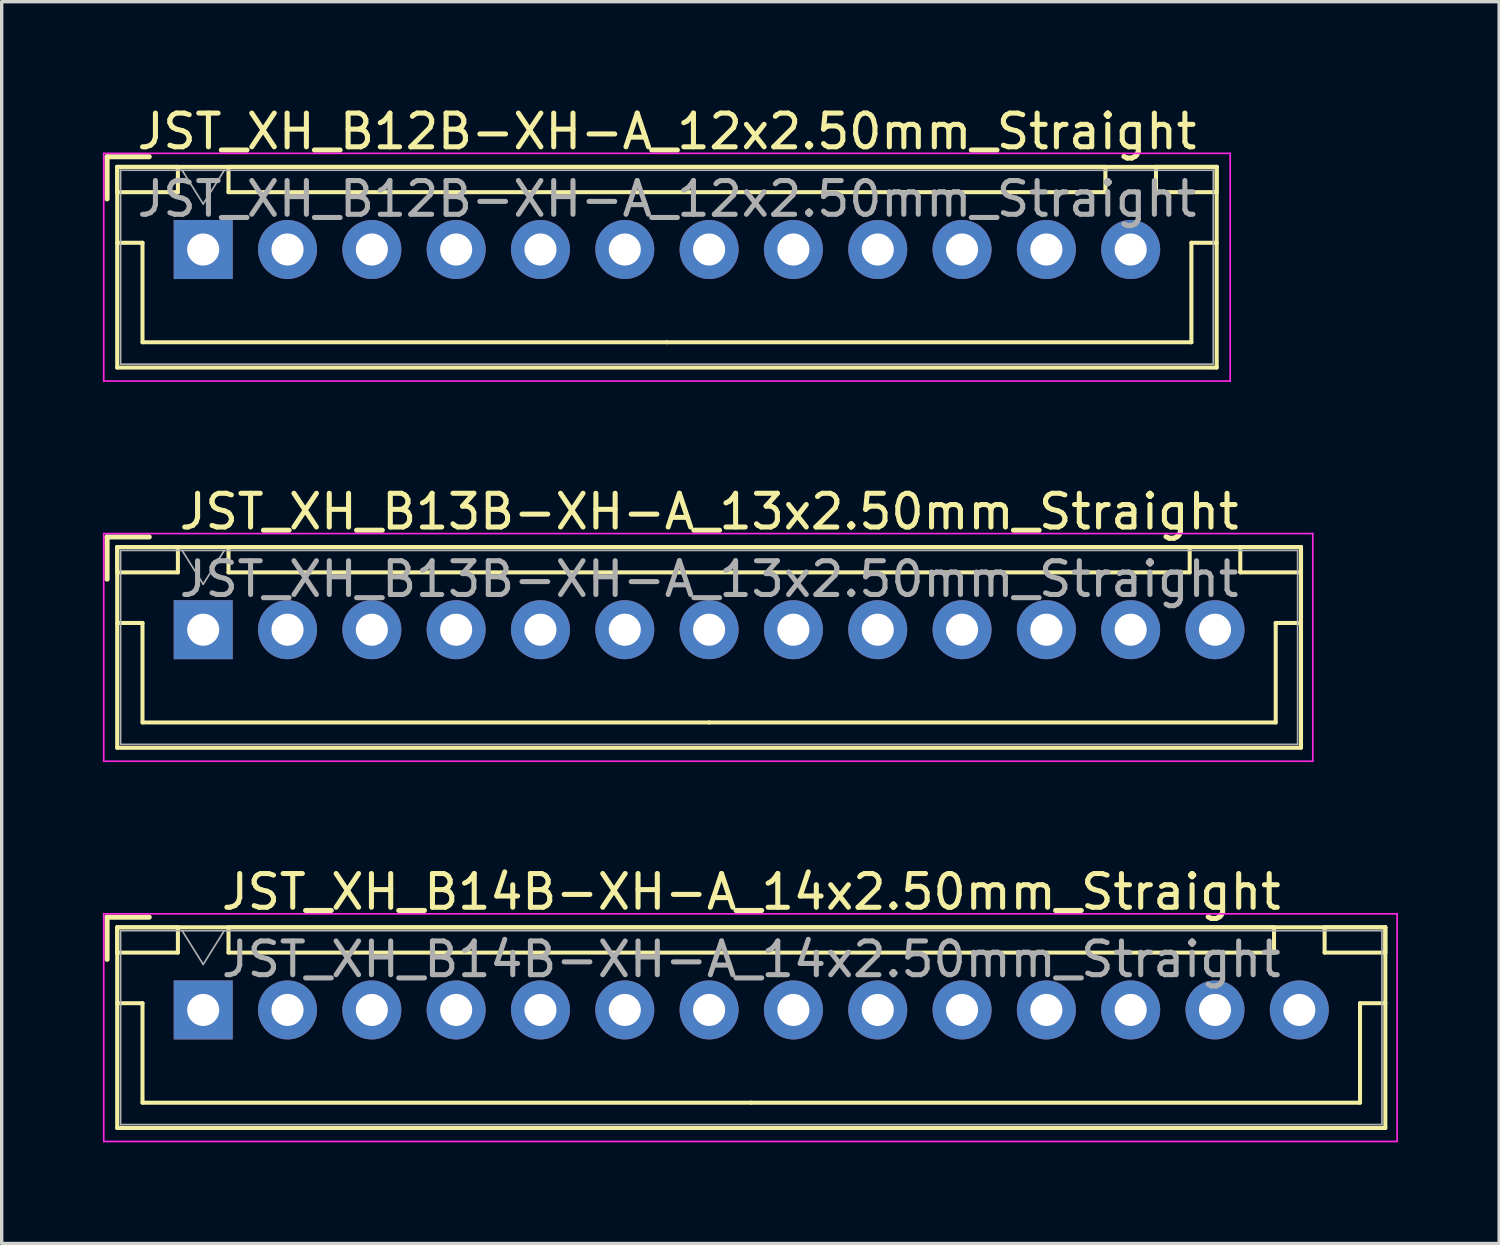
<source format=kicad_pcb>
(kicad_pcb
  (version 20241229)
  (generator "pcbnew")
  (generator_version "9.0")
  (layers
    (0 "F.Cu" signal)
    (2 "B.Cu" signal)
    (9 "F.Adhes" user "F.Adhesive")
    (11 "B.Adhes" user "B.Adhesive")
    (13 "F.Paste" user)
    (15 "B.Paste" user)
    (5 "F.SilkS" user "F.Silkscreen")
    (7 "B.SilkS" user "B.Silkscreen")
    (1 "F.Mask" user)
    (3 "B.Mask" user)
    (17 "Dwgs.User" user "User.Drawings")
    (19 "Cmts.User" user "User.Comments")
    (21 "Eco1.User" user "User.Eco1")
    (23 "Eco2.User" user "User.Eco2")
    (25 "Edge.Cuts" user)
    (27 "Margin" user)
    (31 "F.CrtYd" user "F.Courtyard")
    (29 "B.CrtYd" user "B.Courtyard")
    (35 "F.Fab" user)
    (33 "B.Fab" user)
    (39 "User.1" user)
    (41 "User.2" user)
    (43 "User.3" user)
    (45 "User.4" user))
  (footprint "JST_XH_B12B-XH-A_12x2.50mm_Straight"
    (layer "F.Cu")
    (at 2.975 4.348)
    (property "Reference" "JST_XH_B12B-XH-A_12x2.50mm_Straight" (at 13.75 -1.5 0) (layer "F.Fab") (effects (font (size 1 1) (thickness 0.15))))
    (attr through_hole)
    (fp_line (start -2.85 -2.75) (end -2.85 -1.5) (stroke (width 0.15) (type solid)) (layer "F.SilkS"))
    (fp_line (start -2.55 -2.45) (end -2.55 -1.7) (stroke (width 0.12) (type solid)) (layer "F.SilkS"))
    (fp_line (start -2.55 -2.45) (end -2.55 3.5) (stroke (width 0.12) (type solid)) (layer "F.SilkS"))
    (fp_line (start -2.55 -1.7) (end -0.75 -1.7) (stroke (width 0.12) (type solid)) (layer "F.SilkS"))
    (fp_line (start -2.55 -0.2) (end -1.8 -0.2) (stroke (width 0.12) (type solid)) (layer "F.SilkS"))
    (fp_line (start -2.55 3.5) (end 30.05 3.5) (stroke (width 0.12) (type solid)) (layer "F.SilkS"))
    (fp_line (start -1.8 -0.2) (end -1.8 2.75) (stroke (width 0.12) (type solid)) (layer "F.SilkS"))
    (fp_line (start -1.8 2.75) (end 13.75 2.75) (stroke (width 0.12) (type solid)) (layer "F.SilkS"))
    (fp_line (start -1.6 -2.75) (end -2.85 -2.75) (stroke (width 0.15) (type solid)) (layer "F.SilkS"))
    (fp_line (start -0.75 -2.45) (end -2.55 -2.45) (stroke (width 0.12) (type solid)) (layer "F.SilkS"))
    (fp_line (start -0.75 -1.7) (end -0.75 -2.45) (stroke (width 0.12) (type solid)) (layer "F.SilkS"))
    (fp_line (start 0.75 -2.45) (end 0.75 -1.7) (stroke (width 0.12) (type solid)) (layer "F.SilkS"))
    (fp_line (start 0.75 -1.7) (end 26.75 -1.7) (stroke (width 0.12) (type solid)) (layer "F.SilkS"))
    (fp_line (start 26.75 -2.45) (end 0.75 -2.45) (stroke (width 0.12) (type solid)) (layer "F.SilkS"))
    (fp_line (start 26.75 -1.7) (end 26.75 -2.45) (stroke (width 0.12) (type solid)) (layer "F.SilkS"))
    (fp_line (start 28.25 -2.45) (end 28.25 -1.7) (stroke (width 0.12) (type solid)) (layer "F.SilkS"))
    (fp_line (start 28.25 -1.7) (end 30.05 -1.7) (stroke (width 0.12) (type solid)) (layer "F.SilkS"))
    (fp_line (start 29.3 -0.2) (end 29.3 2.75) (stroke (width 0.12) (type solid)) (layer "F.SilkS"))
    (fp_line (start 29.3 2.75) (end 13.75 2.75) (stroke (width 0.12) (type solid)) (layer "F.SilkS"))
    (fp_line (start 30.05 -2.45) (end -2.55 -2.45) (stroke (width 0.12) (type solid)) (layer "F.SilkS"))
    (fp_line (start 30.05 -2.45) (end 28.25 -2.45) (stroke (width 0.12) (type solid)) (layer "F.SilkS"))
    (fp_line (start 30.05 -1.7) (end 30.05 -2.45) (stroke (width 0.12) (type solid)) (layer "F.SilkS"))
    (fp_line (start 30.05 -0.2) (end 29.3 -0.2) (stroke (width 0.12) (type solid)) (layer "F.SilkS"))
    (fp_line (start 30.05 3.5) (end 30.05 -2.45) (stroke (width 0.12) (type solid)) (layer "F.SilkS"))
    (fp_line (start -2.95 -2.85) (end -2.95 3.9) (stroke (width 0.05) (type solid)) (layer "F.CrtYd"))
    (fp_line (start -2.95 3.9) (end 30.45 3.9) (stroke (width 0.05) (type solid)) (layer "F.CrtYd"))
    (fp_line (start 30.45 -2.85) (end -2.95 -2.85) (stroke (width 0.05) (type solid)) (layer "F.CrtYd"))
    (fp_line (start 30.45 3.9) (end 30.45 -2.85) (stroke (width 0.05) (type solid)) (layer "F.CrtYd"))
    (fp_line (start -2.45 -2.35) (end -2.45 3.4) (stroke (width 0.05) (type solid)) (layer "F.Fab"))
    (fp_line (start -2.45 3.4) (end 29.95 3.4) (stroke (width 0.05) (type solid)) (layer "F.Fab"))
    (fp_line (start -0.625 -2.35) (end 0 -1.35) (stroke (width 0.05) (type solid)) (layer "F.Fab"))
    (fp_line (start 0 -1.35) (end 0.625 -2.35) (stroke (width 0.05) (type solid)) (layer "F.Fab"))
    (fp_line (start 29.95 -2.35) (end -2.45 -2.35) (stroke (width 0.05) (type solid)) (layer "F.Fab"))
    (fp_line (start 29.95 3.4) (end 29.95 -2.35) (stroke (width 0.05) (type solid)) (layer "F.Fab"))
    (fp_text user "${REFERENCE}" (at 13.75 -3.5 0) (layer "F.SilkS") (effects (font (size 1 1) (thickness 0.15))))
    (pad "1" thru_hole rect (at 0 0) (size 1.75 1.75) (drill 0.95) (layers "*.Cu" "*.Mask"))
    (pad "2" thru_hole circle (at 2.5 0) (size 1.75 1.75) (drill 0.95) (layers "*.Cu" "*.Mask"))
    (pad "3" thru_hole circle (at 5 0) (size 1.75 1.75) (drill 0.95) (layers "*.Cu" "*.Mask"))
    (pad "4" thru_hole circle (at 7.5 0) (size 1.75 1.75) (drill 0.95) (layers "*.Cu" "*.Mask"))
    (pad "5" thru_hole circle (at 10 0) (size 1.75 1.75) (drill 0.95) (layers "*.Cu" "*.Mask"))
    (pad "6" thru_hole circle (at 12.5 0) (size 1.75 1.75) (drill 0.95) (layers "*.Cu" "*.Mask"))
    (pad "7" thru_hole circle (at 15 0) (size 1.75 1.75) (drill 0.95) (layers "*.Cu" "*.Mask"))
    (pad "8" thru_hole circle (at 17.5 0) (size 1.75 1.75) (drill 0.95) (layers "*.Cu" "*.Mask"))
    (pad "9" thru_hole circle (at 20 0) (size 1.75 1.75) (drill 0.95) (layers "*.Cu" "*.Mask"))
    (pad "10" thru_hole circle (at 22.5 0) (size 1.75 1.75) (drill 0.95) (layers "*.Cu" "*.Mask"))
    (pad "11" thru_hole circle (at 25 0) (size 1.75 1.75) (drill 0.95) (layers "*.Cu" "*.Mask"))
    (pad "12" thru_hole circle (at 27.5 0) (size 1.75 1.75) (drill 0.95) (layers "*.Cu" "*.Mask")))
  (footprint "JST_XH_B13B-XH-A_13x2.50mm_Straight"
    (layer "F.Cu")
    (at 2.975 15.621)
    (property "Reference" "JST_XH_B13B-XH-A_13x2.50mm_Straight" (at 15 -1.5 0) (layer "F.Fab") (effects (font (size 1 1) (thickness 0.15))))
    (attr through_hole)
    (fp_line (start -2.85 -2.75) (end -2.85 -1.5) (stroke (width 0.15) (type solid)) (layer "F.SilkS"))
    (fp_line (start -2.55 -2.45) (end -2.55 -1.7) (stroke (width 0.12) (type solid)) (layer "F.SilkS"))
    (fp_line (start -2.55 -2.45) (end -2.55 3.5) (stroke (width 0.12) (type solid)) (layer "F.SilkS"))
    (fp_line (start -2.55 -1.7) (end -0.75 -1.7) (stroke (width 0.12) (type solid)) (layer "F.SilkS"))
    (fp_line (start -2.55 -0.2) (end -1.8 -0.2) (stroke (width 0.12) (type solid)) (layer "F.SilkS"))
    (fp_line (start -2.55 3.5) (end 32.55 3.5) (stroke (width 0.12) (type solid)) (layer "F.SilkS"))
    (fp_line (start -1.8 -0.2) (end -1.8 2.75) (stroke (width 0.12) (type solid)) (layer "F.SilkS"))
    (fp_line (start -1.8 2.75) (end 15 2.75) (stroke (width 0.12) (type solid)) (layer "F.SilkS"))
    (fp_line (start -1.6 -2.75) (end -2.85 -2.75) (stroke (width 0.15) (type solid)) (layer "F.SilkS"))
    (fp_line (start -0.75 -2.45) (end -2.55 -2.45) (stroke (width 0.12) (type solid)) (layer "F.SilkS"))
    (fp_line (start -0.75 -1.7) (end -0.75 -2.45) (stroke (width 0.12) (type solid)) (layer "F.SilkS"))
    (fp_line (start 0.75 -2.45) (end 0.75 -1.7) (stroke (width 0.12) (type solid)) (layer "F.SilkS"))
    (fp_line (start 0.75 -1.7) (end 29.25 -1.7) (stroke (width 0.12) (type solid)) (layer "F.SilkS"))
    (fp_line (start 29.25 -2.45) (end 0.75 -2.45) (stroke (width 0.12) (type solid)) (layer "F.SilkS"))
    (fp_line (start 29.25 -1.7) (end 29.25 -2.45) (stroke (width 0.12) (type solid)) (layer "F.SilkS"))
    (fp_line (start 30.75 -2.45) (end 30.75 -1.7) (stroke (width 0.12) (type solid)) (layer "F.SilkS"))
    (fp_line (start 30.75 -1.7) (end 32.55 -1.7) (stroke (width 0.12) (type solid)) (layer "F.SilkS"))
    (fp_line (start 31.8 -0.2) (end 31.8 2.75) (stroke (width 0.12) (type solid)) (layer "F.SilkS"))
    (fp_line (start 31.8 2.75) (end 15 2.75) (stroke (width 0.12) (type solid)) (layer "F.SilkS"))
    (fp_line (start 32.55 -2.45) (end -2.55 -2.45) (stroke (width 0.12) (type solid)) (layer "F.SilkS"))
    (fp_line (start 32.55 -2.45) (end 30.75 -2.45) (stroke (width 0.12) (type solid)) (layer "F.SilkS"))
    (fp_line (start 32.55 -1.7) (end 32.55 -2.45) (stroke (width 0.12) (type solid)) (layer "F.SilkS"))
    (fp_line (start 32.55 -0.2) (end 31.8 -0.2) (stroke (width 0.12) (type solid)) (layer "F.SilkS"))
    (fp_line (start 32.55 3.5) (end 32.55 -2.45) (stroke (width 0.12) (type solid)) (layer "F.SilkS"))
    (fp_line (start -2.95 -2.85) (end -2.95 3.9) (stroke (width 0.05) (type solid)) (layer "F.CrtYd"))
    (fp_line (start -2.95 3.9) (end 32.9 3.9) (stroke (width 0.05) (type solid)) (layer "F.CrtYd"))
    (fp_line (start 32.9 -2.85) (end -2.95 -2.85) (stroke (width 0.05) (type solid)) (layer "F.CrtYd"))
    (fp_line (start 32.9 3.9) (end 32.9 -2.85) (stroke (width 0.05) (type solid)) (layer "F.CrtYd"))
    (fp_line (start -2.45 -2.35) (end -2.45 3.4) (stroke (width 0.05) (type solid)) (layer "F.Fab"))
    (fp_line (start -2.45 3.4) (end 32.45 3.4) (stroke (width 0.05) (type solid)) (layer "F.Fab"))
    (fp_line (start -0.625 -2.35) (end 0 -1.35) (stroke (width 0.05) (type solid)) (layer "F.Fab"))
    (fp_line (start 0 -1.35) (end 0.625 -2.35) (stroke (width 0.05) (type solid)) (layer "F.Fab"))
    (fp_line (start 32.45 -2.35) (end -2.45 -2.35) (stroke (width 0.05) (type solid)) (layer "F.Fab"))
    (fp_line (start 32.45 3.4) (end 32.45 -2.35) (stroke (width 0.05) (type solid)) (layer "F.Fab"))
    (fp_text user "${REFERENCE}" (at 15 -3.5 0) (layer "F.SilkS") (effects (font (size 1 1) (thickness 0.15))))
    (pad "1" thru_hole rect (at 0 0) (size 1.75 1.75) (drill 0.95) (layers "*.Cu" "*.Mask"))
    (pad "2" thru_hole circle (at 2.5 0) (size 1.75 1.75) (drill 0.95) (layers "*.Cu" "*.Mask"))
    (pad "3" thru_hole circle (at 5 0) (size 1.75 1.75) (drill 0.95) (layers "*.Cu" "*.Mask"))
    (pad "4" thru_hole circle (at 7.5 0) (size 1.75 1.75) (drill 0.95) (layers "*.Cu" "*.Mask"))
    (pad "5" thru_hole circle (at 10 0) (size 1.75 1.75) (drill 0.95) (layers "*.Cu" "*.Mask"))
    (pad "6" thru_hole circle (at 12.5 0) (size 1.75 1.75) (drill 0.95) (layers "*.Cu" "*.Mask"))
    (pad "7" thru_hole circle (at 15 0) (size 1.75 1.75) (drill 0.95) (layers "*.Cu" "*.Mask"))
    (pad "8" thru_hole circle (at 17.5 0) (size 1.75 1.75) (drill 0.95) (layers "*.Cu" "*.Mask"))
    (pad "9" thru_hole circle (at 20 0) (size 1.75 1.75) (drill 0.95) (layers "*.Cu" "*.Mask"))
    (pad "10" thru_hole circle (at 22.5 0) (size 1.75 1.75) (drill 0.95) (layers "*.Cu" "*.Mask"))
    (pad "11" thru_hole circle (at 25 0) (size 1.75 1.75) (drill 0.95) (layers "*.Cu" "*.Mask"))
    (pad "12" thru_hole circle (at 27.5 0) (size 1.75 1.75) (drill 0.95) (layers "*.Cu" "*.Mask"))
    (pad "13" thru_hole circle (at 30 0) (size 1.75 1.75) (drill 0.95) (layers "*.Cu" "*.Mask")))
  (footprint "JST_XH_B14B-XH-A_14x2.50mm_Straight"
    (layer "F.Cu")
    (at 2.975 26.895)
    (property "Reference" "JST_XH_B14B-XH-A_14x2.50mm_Straight" (at 16.25 -1.5 0) (layer "F.Fab") (effects (font (size 1 1) (thickness 0.15))))
    (attr through_hole)
    (fp_line (start -2.85 -2.75) (end -2.85 -1.5) (stroke (width 0.15) (type solid)) (layer "F.SilkS"))
    (fp_line (start -2.55 -2.45) (end -2.55 -1.7) (stroke (width 0.12) (type solid)) (layer "F.SilkS"))
    (fp_line (start -2.55 -2.45) (end -2.55 3.5) (stroke (width 0.12) (type solid)) (layer "F.SilkS"))
    (fp_line (start -2.55 -1.7) (end -0.75 -1.7) (stroke (width 0.12) (type solid)) (layer "F.SilkS"))
    (fp_line (start -2.55 -0.2) (end -1.8 -0.2) (stroke (width 0.12) (type solid)) (layer "F.SilkS"))
    (fp_line (start -2.55 3.5) (end 35.05 3.5) (stroke (width 0.12) (type solid)) (layer "F.SilkS"))
    (fp_line (start -1.8 -0.2) (end -1.8 2.75) (stroke (width 0.12) (type solid)) (layer "F.SilkS"))
    (fp_line (start -1.8 2.75) (end 16.25 2.75) (stroke (width 0.12) (type solid)) (layer "F.SilkS"))
    (fp_line (start -1.6 -2.75) (end -2.85 -2.75) (stroke (width 0.15) (type solid)) (layer "F.SilkS"))
    (fp_line (start -0.75 -2.45) (end -2.55 -2.45) (stroke (width 0.12) (type solid)) (layer "F.SilkS"))
    (fp_line (start -0.75 -1.7) (end -0.75 -2.45) (stroke (width 0.12) (type solid)) (layer "F.SilkS"))
    (fp_line (start 0.75 -2.45) (end 0.75 -1.7) (stroke (width 0.12) (type solid)) (layer "F.SilkS"))
    (fp_line (start 0.75 -1.7) (end 31.75 -1.7) (stroke (width 0.12) (type solid)) (layer "F.SilkS"))
    (fp_line (start 31.75 -2.45) (end 0.75 -2.45) (stroke (width 0.12) (type solid)) (layer "F.SilkS"))
    (fp_line (start 31.75 -1.7) (end 31.75 -2.45) (stroke (width 0.12) (type solid)) (layer "F.SilkS"))
    (fp_line (start 33.25 -2.45) (end 33.25 -1.7) (stroke (width 0.12) (type solid)) (layer "F.SilkS"))
    (fp_line (start 33.25 -1.7) (end 35.05 -1.7) (stroke (width 0.12) (type solid)) (layer "F.SilkS"))
    (fp_line (start 34.3 -0.2) (end 34.3 2.75) (stroke (width 0.12) (type solid)) (layer "F.SilkS"))
    (fp_line (start 34.3 2.75) (end 16.25 2.75) (stroke (width 0.12) (type solid)) (layer "F.SilkS"))
    (fp_line (start 35.05 -2.45) (end -2.55 -2.45) (stroke (width 0.12) (type solid)) (layer "F.SilkS"))
    (fp_line (start 35.05 -2.45) (end 33.25 -2.45) (stroke (width 0.12) (type solid)) (layer "F.SilkS"))
    (fp_line (start 35.05 -1.7) (end 35.05 -2.45) (stroke (width 0.12) (type solid)) (layer "F.SilkS"))
    (fp_line (start 35.05 -0.2) (end 34.3 -0.2) (stroke (width 0.12) (type solid)) (layer "F.SilkS"))
    (fp_line (start 35.05 3.5) (end 35.05 -2.45) (stroke (width 0.12) (type solid)) (layer "F.SilkS"))
    (fp_line (start -2.95 -2.85) (end -2.95 3.9) (stroke (width 0.05) (type solid)) (layer "F.CrtYd"))
    (fp_line (start -2.95 3.9) (end 35.4 3.9) (stroke (width 0.05) (type solid)) (layer "F.CrtYd"))
    (fp_line (start 35.4 -2.85) (end -2.95 -2.85) (stroke (width 0.05) (type solid)) (layer "F.CrtYd"))
    (fp_line (start 35.4 3.9) (end 35.4 -2.85) (stroke (width 0.05) (type solid)) (layer "F.CrtYd"))
    (fp_line (start -2.45 -2.35) (end -2.45 3.4) (stroke (width 0.05) (type solid)) (layer "F.Fab"))
    (fp_line (start -2.45 3.4) (end 34.95 3.4) (stroke (width 0.05) (type solid)) (layer "F.Fab"))
    (fp_line (start -0.625 -2.35) (end 0 -1.35) (stroke (width 0.05) (type solid)) (layer "F.Fab"))
    (fp_line (start 0 -1.35) (end 0.625 -2.35) (stroke (width 0.05) (type solid)) (layer "F.Fab"))
    (fp_line (start 34.95 -2.35) (end -2.45 -2.35) (stroke (width 0.05) (type solid)) (layer "F.Fab"))
    (fp_line (start 34.95 3.4) (end 34.95 -2.35) (stroke (width 0.05) (type solid)) (layer "F.Fab"))
    (fp_text user "${REFERENCE}" (at 16.25 -3.5 0) (layer "F.SilkS") (effects (font (size 1 1) (thickness 0.15))))
    (pad "1" thru_hole rect (at 0 0) (size 1.75 1.75) (drill 0.95) (layers "*.Cu" "*.Mask"))
    (pad "2" thru_hole circle (at 2.5 0) (size 1.75 1.75) (drill 0.95) (layers "*.Cu" "*.Mask"))
    (pad "3" thru_hole circle (at 5 0) (size 1.75 1.75) (drill 0.95) (layers "*.Cu" "*.Mask"))
    (pad "4" thru_hole circle (at 7.5 0) (size 1.75 1.75) (drill 0.95) (layers "*.Cu" "*.Mask"))
    (pad "5" thru_hole circle (at 10 0) (size 1.75 1.75) (drill 0.95) (layers "*.Cu" "*.Mask"))
    (pad "6" thru_hole circle (at 12.5 0) (size 1.75 1.75) (drill 0.95) (layers "*.Cu" "*.Mask"))
    (pad "7" thru_hole circle (at 15 0) (size 1.75 1.75) (drill 0.95) (layers "*.Cu" "*.Mask"))
    (pad "8" thru_hole circle (at 17.5 0) (size 1.75 1.75) (drill 0.95) (layers "*.Cu" "*.Mask"))
    (pad "9" thru_hole circle (at 20 0) (size 1.75 1.75) (drill 0.95) (layers "*.Cu" "*.Mask"))
    (pad "10" thru_hole circle (at 22.5 0) (size 1.75 1.75) (drill 0.95) (layers "*.Cu" "*.Mask"))
    (pad "11" thru_hole circle (at 25 0) (size 1.75 1.75) (drill 0.95) (layers "*.Cu" "*.Mask"))
    (pad "12" thru_hole circle (at 27.5 0) (size 1.75 1.75) (drill 0.95) (layers "*.Cu" "*.Mask"))
    (pad "13" thru_hole circle (at 30 0) (size 1.75 1.75) (drill 0.95) (layers "*.Cu" "*.Mask"))
    (pad "14" thru_hole circle (at 32.5 0) (size 1.75 1.75) (drill 0.95) (layers "*.Cu" "*.Mask")))
  (gr_rect
    (start -3 -3)
    (end 41.4 33.82)
    (stroke (width 0.1) (type default))
    (fill no)
    (layer "Edge.Cuts")))
</source>
